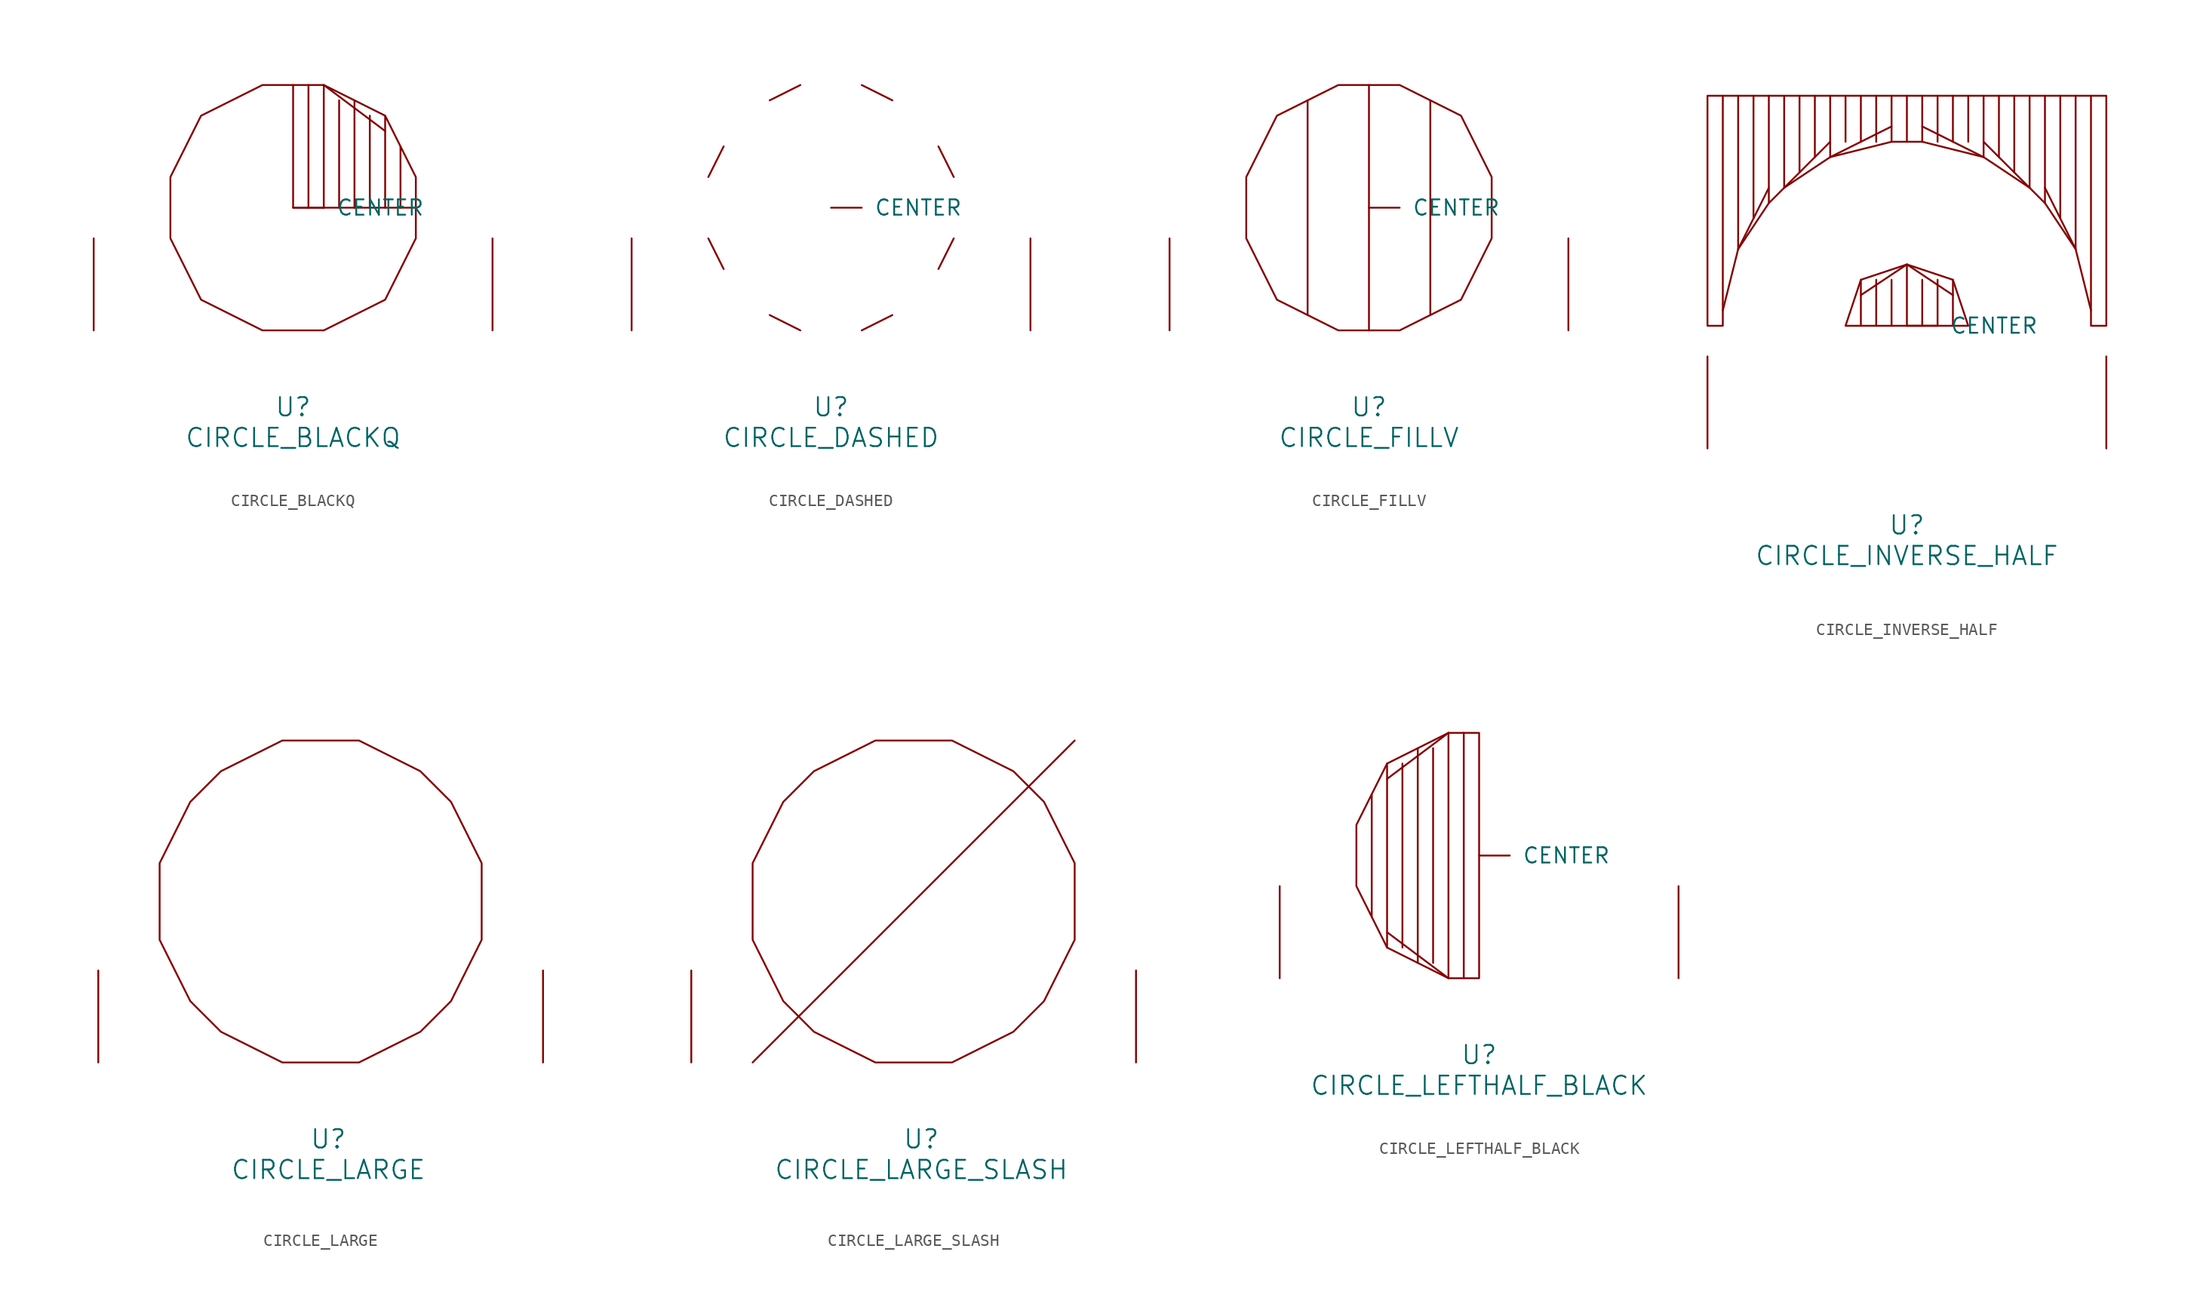
<source format=kicad_sym>
(kicad_symbol_lib
  (version 20220914)
  (generator font_lib2sym)
  (symbol "CIRCLE_BLACKQ"
    (pin_names
      (offset 1.016))
    (property "Reference" "U"
      (at 0 -6.35 0)
      (effects (font (size 1.524 1.524))))
    (property "Value" "CIRCLE_BLACKQ"
      (at 0 -8.89 0)
      (effects (font (size 1.524 1.524))))
    (symbol "CIRCLE_BLACKQ_0_1"
      (polyline (pts (xy 1.27 10.16) (xy 1.27 20.32)) (stroke (width 0) (type solid)) (fill (type none)))
      (polyline (pts (xy 2.54 20.32) (xy 2.54 10.16)) (stroke (width 0) (type solid)) (fill (type none)))
      (polyline (pts (xy 2.54 20.32) (xy 7.62 16.51)) (stroke (width 0) (type solid)) (fill (type none)))
      (polyline (pts (xy 3.81 10.16) (xy 3.81 19.05)) (stroke (width 0) (type solid)) (fill (type none)))
      (polyline (pts (xy 5.08 19.05) (xy 5.08 10.16)) (stroke (width 0) (type solid)) (fill (type none)))
      (polyline (pts (xy 6.35 10.16) (xy 6.35 17.78)) (stroke (width 0) (type solid)) (fill (type none)))
      (polyline (pts (xy 7.62 17.78) (xy 7.62 10.16)) (stroke (width 0) (type solid)) (fill (type none)))
      (polyline (pts (xy 8.89 10.16) (xy 8.89 15.24)) (stroke (width 0) (type solid)) (fill (type none)))
      (polyline (pts (xy 10.16 10.16) (xy 0 10.16) (xy 0 20.32)) (stroke (width 0) (type solid)) (fill (type none)))
      (polyline (pts (xy -2.54 20.32) (xy 2.54 20.32) (xy 7.62 17.78) (xy 10.16 12.7) (xy 10.16 7.62) (xy 7.62 2.54) (xy 2.54 0) (xy -2.54 0) (xy -7.62 2.54) (xy -10.16 7.62) (xy -10.16 12.7) (xy -7.62 17.78) (xy -2.54 20.32)) (stroke (width 0) (type solid)) (fill (type none)))
      (pin input line (at 0 10.16 0) (length 2.54) (name "CENTER" (effects (font (size 1.27 1.27)))) (number "~" (effects (font (size 1.27 1.27)))))
      (pin input line (at -16.51 0 90) (length 7.62) (name "~" (effects (font (size 1.27 1.27)))) (number "~" (effects (font (size 1.27 1.27)))))
      (pin input line (at 16.51 0 90) (length 7.62) (name "~" (effects (font (size 1.27 1.27)))) (number "~" (effects (font (size 1.27 1.27)))))))
  (symbol "CIRCLE_DASHED"
    (pin_names
      (offset 1.016))
    (property "Reference" "U"
      (at 0 -6.35 0)
      (effects (font (size 1.524 1.524))))
    (property "Value" "CIRCLE_DASHED"
      (at 0 -8.89 0)
      (effects (font (size 1.524 1.524))))
    (symbol "CIRCLE_DASHED_0_1"
      (polyline (pts (xy -10.16 12.7) (xy -8.89 15.24)) (stroke (width 0) (type solid)) (fill (type none)))
      (polyline (pts (xy -8.89 5.08) (xy -10.16 7.62)) (stroke (width 0) (type solid)) (fill (type none)))
      (polyline (pts (xy -5.08 19.05) (xy -2.54 20.32)) (stroke (width 0) (type solid)) (fill (type none)))
      (polyline (pts (xy -2.54 0) (xy -5.08 1.27)) (stroke (width 0) (type solid)) (fill (type none)))
      (polyline (pts (xy 2.54 20.32) (xy 5.08 19.05)) (stroke (width 0) (type solid)) (fill (type none)))
      (polyline (pts (xy 5.08 1.27) (xy 2.54 0)) (stroke (width 0) (type solid)) (fill (type none)))
      (polyline (pts (xy 8.89 15.24) (xy 10.16 12.7)) (stroke (width 0) (type solid)) (fill (type none)))
      (polyline (pts (xy 10.16 7.62) (xy 8.89 5.08)) (stroke (width 0) (type solid)) (fill (type none)))
      (pin input line (at 0 10.16 0) (length 2.54) (name "CENTER" (effects (font (size 1.27 1.27)))) (number "~" (effects (font (size 1.27 1.27)))))
      (pin input line (at -16.51 0 90) (length 7.62) (name "~" (effects (font (size 1.27 1.27)))) (number "~" (effects (font (size 1.27 1.27)))))
      (pin input line (at 16.51 0 90) (length 7.62) (name "~" (effects (font (size 1.27 1.27)))) (number "~" (effects (font (size 1.27 1.27)))))))
  (symbol "CIRCLE_FILLV"
    (pin_names
      (offset 1.016))
    (property "Reference" "U"
      (at 0 -6.35 0)
      (effects (font (size 1.524 1.524))))
    (property "Value" "CIRCLE_FILLV"
      (at 0 -8.89 0)
      (effects (font (size 1.524 1.524))))
    (symbol "CIRCLE_FILLV_0_1"
      (polyline (pts (xy -5.08 19.05) (xy -5.08 1.27)) (stroke (width 0) (type solid)) (fill (type none)))
      (polyline (pts (xy 0 20.32) (xy 0 0)) (stroke (width 0) (type solid)) (fill (type none)))
      (polyline (pts (xy 5.08 19.05) (xy 5.08 1.27)) (stroke (width 0) (type solid)) (fill (type none)))
      (polyline (pts (xy -2.54 20.32) (xy 2.54 20.32) (xy 7.62 17.78) (xy 10.16 12.7) (xy 10.16 7.62) (xy 7.62 2.54) (xy 2.54 0) (xy -2.54 0) (xy -7.62 2.54) (xy -10.16 7.62) (xy -10.16 12.7) (xy -7.62 17.78) (xy -2.54 20.32)) (stroke (width 0) (type solid)) (fill (type none)))
      (pin input line (at 0 10.16 0) (length 2.54) (name "CENTER" (effects (font (size 1.27 1.27)))) (number "~" (effects (font (size 1.27 1.27)))))
      (pin input line (at -16.51 0 90) (length 7.62) (name "~" (effects (font (size 1.27 1.27)))) (number "~" (effects (font (size 1.27 1.27)))))
      (pin input line (at 16.51 0 90) (length 7.62) (name "~" (effects (font (size 1.27 1.27)))) (number "~" (effects (font (size 1.27 1.27)))))))
  (symbol "CIRCLE_INVERSE_HALF"
    (pin_names
      (offset 1.016))
    (property "Reference" "U"
      (at 0 -6.35 0)
      (effects (font (size 1.524 1.524))))
    (property "Value" "CIRCLE_INVERSE_HALF"
      (at 0 -8.89 0)
      (effects (font (size 1.524 1.524))))
    (symbol "CIRCLE_INVERSE_HALF_0_1"
      (polyline (pts (xy -15.24 11.43) (xy -15.24 29.21)) (stroke (width 0) (type solid)) (fill (type none)))
      (polyline (pts (xy -13.97 16.51) (xy -11.43 21.59)) (stroke (width 0) (type solid)) (fill (type none)))
      (polyline (pts (xy -13.97 29.21) (xy -13.97 16.51)) (stroke (width 0) (type solid)) (fill (type none)))
      (polyline (pts (xy -12.7 19.05) (xy -12.7 29.21)) (stroke (width 0) (type solid)) (fill (type none)))
      (polyline (pts (xy -11.43 29.21) (xy -11.43 20.32)) (stroke (width 0) (type solid)) (fill (type none)))
      (polyline (pts (xy -10.16 21.59) (xy -10.16 29.21)) (stroke (width 0) (type solid)) (fill (type none)))
      (polyline (pts (xy -10.16 21.59) (xy -6.35 25.4)) (stroke (width 0) (type solid)) (fill (type none)))
      (polyline (pts (xy -8.89 29.21) (xy -8.89 22.86)) (stroke (width 0) (type solid)) (fill (type none)))
      (polyline (pts (xy -7.62 24.13) (xy -7.62 29.21)) (stroke (width 0) (type solid)) (fill (type none)))
      (polyline (pts (xy -6.35 24.13) (xy -1.27 26.67)) (stroke (width 0) (type solid)) (fill (type none)))
      (polyline (pts (xy -6.35 29.21) (xy -6.35 24.13)) (stroke (width 0) (type solid)) (fill (type none)))
      (polyline (pts (xy -5.08 25.4) (xy -5.08 29.21)) (stroke (width 0) (type solid)) (fill (type none)))
      (polyline (pts (xy -3.81 13.97) (xy -3.81 10.16)) (stroke (width 0) (type solid)) (fill (type none)))
      (polyline (pts (xy -3.81 29.21) (xy -3.81 25.4)) (stroke (width 0) (type solid)) (fill (type none)))
      (polyline (pts (xy -2.54 10.16) (xy -2.54 13.97)) (stroke (width 0) (type solid)) (fill (type none)))
      (polyline (pts (xy -2.54 25.4) (xy -2.54 29.21)) (stroke (width 0) (type solid)) (fill (type none)))
      (polyline (pts (xy -1.27 13.97) (xy -1.27 10.16)) (stroke (width 0) (type solid)) (fill (type none)))
      (polyline (pts (xy -1.27 29.21) (xy -1.27 25.4)) (stroke (width 0) (type solid)) (fill (type none)))
      (polyline (pts (xy 0 10.16) (xy 0 15.24)) (stroke (width 0) (type solid)) (fill (type none)))
      (polyline (pts (xy 0 25.4) (xy 0 29.21)) (stroke (width 0) (type solid)) (fill (type none)))
      (polyline (pts (xy 1.27 13.97) (xy 1.27 10.16)) (stroke (width 0) (type solid)) (fill (type none)))
      (polyline (pts (xy 1.27 26.67) (xy 6.35 24.13)) (stroke (width 0) (type solid)) (fill (type none)))
      (polyline (pts (xy 1.27 29.21) (xy 1.27 25.4)) (stroke (width 0) (type solid)) (fill (type none)))
      (polyline (pts (xy 2.54 10.16) (xy 2.54 13.97)) (stroke (width 0) (type solid)) (fill (type none)))
      (polyline (pts (xy 2.54 25.4) (xy 2.54 29.21)) (stroke (width 0) (type solid)) (fill (type none)))
      (polyline (pts (xy 3.81 13.97) (xy 3.81 10.16)) (stroke (width 0) (type solid)) (fill (type none)))
      (polyline (pts (xy 3.81 29.21) (xy 3.81 25.4)) (stroke (width 0) (type solid)) (fill (type none)))
      (polyline (pts (xy 5.08 25.4) (xy 5.08 29.21)) (stroke (width 0) (type solid)) (fill (type none)))
      (polyline (pts (xy 6.35 25.4) (xy 10.16 21.59)) (stroke (width 0) (type solid)) (fill (type none)))
      (polyline (pts (xy 6.35 29.21) (xy 6.35 24.13)) (stroke (width 0) (type solid)) (fill (type none)))
      (polyline (pts (xy 7.62 24.13) (xy 7.62 29.21)) (stroke (width 0) (type solid)) (fill (type none)))
      (polyline (pts (xy 8.89 29.21) (xy 8.89 22.86)) (stroke (width 0) (type solid)) (fill (type none)))
      (polyline (pts (xy 10.16 21.59) (xy 10.16 29.21)) (stroke (width 0) (type solid)) (fill (type none)))
      (polyline (pts (xy 11.43 21.59) (xy 13.97 16.51)) (stroke (width 0) (type solid)) (fill (type none)))
      (polyline (pts (xy 11.43 29.21) (xy 11.43 20.32)) (stroke (width 0) (type solid)) (fill (type none)))
      (polyline (pts (xy 12.7 19.05) (xy 12.7 29.21)) (stroke (width 0) (type solid)) (fill (type none)))
      (polyline (pts (xy 13.97 29.21) (xy 13.97 16.51)) (stroke (width 0) (type solid)) (fill (type none)))
      (polyline (pts (xy 15.24 11.43) (xy 15.24 29.21)) (stroke (width 0) (type solid)) (fill (type none)))
      (polyline (pts (xy -3.81 12.7) (xy 0 15.24) (xy 3.81 12.7)) (stroke (width 0) (type solid)) (fill (type none)))
      (polyline (pts (xy -5.08 10.16) (xy -3.81 13.97) (xy 0 15.24) (xy 3.81 13.97) (xy 5.08 10.16) (xy -5.08 10.16)) (stroke (width 0) (type solid)) (fill (type none)))
      (polyline (pts (xy -15.24 10.16) (xy -15.24 11.43) (xy -13.97 16.51) (xy -11.43 20.32) (xy -10.16 21.59) (xy -6.35 24.13) (xy -1.27 25.4) (xy 1.27 25.4) (xy 6.35 24.13) (xy 10.16 21.59) (xy 11.43 20.32) (xy 13.97 16.51) (xy 15.24 11.43) (xy 15.24 10.16) (xy 16.51 10.16) (xy 16.51 29.21) (xy -16.51 29.21) (xy -16.51 10.16) (xy -15.24 10.16)) (stroke (width 0) (type solid)) (fill (type none)))
      (pin input line (at 0 10.16 0) (length 2.54) (name "CENTER" (effects (font (size 1.27 1.27)))) (number "~" (effects (font (size 1.27 1.27)))))
      (pin input line (at -16.51 0 90) (length 7.62) (name "~" (effects (font (size 1.27 1.27)))) (number "~" (effects (font (size 1.27 1.27)))))
      (pin input line (at 16.51 0 90) (length 7.62) (name "~" (effects (font (size 1.27 1.27)))) (number "~" (effects (font (size 1.27 1.27)))))))
  (symbol "CIRCLE_LARGE"
    (pin_names
      (offset 1.016))
    (property "Reference" "U"
      (at 0 -6.35 0)
      (effects (font (size 1.524 1.524))))
    (property "Value" "CIRCLE_LARGE"
      (at 0 -8.89 0)
      (effects (font (size 1.524 1.524))))
    (symbol "CIRCLE_LARGE_0_1"
      (polyline (pts (xy -3.81 26.67) (xy 2.54 26.67) (xy 7.62 24.13) (xy 10.16 21.59) (xy 12.7 16.51) (xy 12.7 10.16) (xy 10.16 5.08) (xy 7.62 2.54) (xy 2.54 0) (xy -3.81 0) (xy -8.89 2.54) (xy -11.43 5.08) (xy -13.97 10.16) (xy -13.97 16.51) (xy -11.43 21.59) (xy -8.89 24.13) (xy -3.81 26.67)) (stroke (width 0) (type solid)) (fill (type none)))
      (pin input line (at -19.05 0 90) (length 7.62) (name "~" (effects (font (size 1.27 1.27)))) (number "~" (effects (font (size 1.27 1.27)))))
      (pin input line (at 17.78 0 90) (length 7.62) (name "~" (effects (font (size 1.27 1.27)))) (number "~" (effects (font (size 1.27 1.27)))))))
  (symbol "CIRCLE_LARGE_SLASH"
    (pin_names
      (offset 1.016))
    (property "Reference" "U"
      (at 0 -6.35 0)
      (effects (font (size 1.524 1.524))))
    (property "Value" "CIRCLE_LARGE_SLASH"
      (at 0 -8.89 0)
      (effects (font (size 1.524 1.524))))
    (symbol "CIRCLE_LARGE_SLASH_0_1"
      (polyline (pts (xy -13.97 0) (xy 12.7 26.67)) (stroke (width 0) (type solid)) (fill (type none)))
      (polyline (pts (xy -3.81 26.67) (xy 2.54 26.67) (xy 7.62 24.13) (xy 10.16 21.59) (xy 12.7 16.51) (xy 12.7 10.16) (xy 10.16 5.08) (xy 7.62 2.54) (xy 2.54 0) (xy -3.81 0) (xy -8.89 2.54) (xy -11.43 5.08) (xy -13.97 10.16) (xy -13.97 16.51) (xy -11.43 21.59) (xy -8.89 24.13) (xy -3.81 26.67)) (stroke (width 0) (type solid)) (fill (type none)))
      (pin input line (at -19.05 0 90) (length 7.62) (name "~" (effects (font (size 1.27 1.27)))) (number "~" (effects (font (size 1.27 1.27)))))
      (pin input line (at 17.78 0 90) (length 7.62) (name "~" (effects (font (size 1.27 1.27)))) (number "~" (effects (font (size 1.27 1.27)))))))
  (symbol "CIRCLE_LEFTHALF_BLACK"
    (pin_names
      (offset 1.016))
    (property "Reference" "U"
      (at 0 -6.35 0)
      (effects (font (size 1.524 1.524))))
    (property "Value" "CIRCLE_LEFTHALF_BLACK"
      (at 0 -8.89 0)
      (effects (font (size 1.524 1.524))))
    (symbol "CIRCLE_LEFTHALF_BLACK_0_1"
      (polyline (pts (xy -8.89 15.24) (xy -8.89 5.08)) (stroke (width 0) (type solid)) (fill (type none)))
      (polyline (pts (xy -7.62 2.54) (xy -7.62 17.78)) (stroke (width 0) (type solid)) (fill (type none)))
      (polyline (pts (xy -6.35 17.78) (xy -6.35 2.54)) (stroke (width 0) (type solid)) (fill (type none)))
      (polyline (pts (xy -5.08 1.27) (xy -5.08 19.05)) (stroke (width 0) (type solid)) (fill (type none)))
      (polyline (pts (xy -3.81 19.05) (xy -3.81 1.27)) (stroke (width 0) (type solid)) (fill (type none)))
      (polyline (pts (xy -2.54 0) (xy -7.62 3.81)) (stroke (width 0) (type solid)) (fill (type none)))
      (polyline (pts (xy -2.54 0) (xy -2.54 20.32)) (stroke (width 0) (type solid)) (fill (type none)))
      (polyline (pts (xy -2.54 20.32) (xy -7.62 16.51)) (stroke (width 0) (type solid)) (fill (type none)))
      (polyline (pts (xy -1.27 20.32) (xy -1.27 0)) (stroke (width 0) (type solid)) (fill (type none)))
      (polyline (pts (xy 0 0) (xy -2.54 0) (xy -7.62 2.54) (xy -10.16 7.62) (xy -10.16 12.7) (xy -7.62 17.78) (xy -2.54 20.32) (xy 0 20.32) (xy 0 0)) (stroke (width 0) (type solid)) (fill (type none)))
      (pin input line (at 0 10.16 0) (length 2.54) (name "CENTER" (effects (font (size 1.27 1.27)))) (number "~" (effects (font (size 1.27 1.27)))))
      (pin input line (at -16.51 0 90) (length 7.62) (name "~" (effects (font (size 1.27 1.27)))) (number "~" (effects (font (size 1.27 1.27)))))
      (pin input line (at 16.51 0 90) (length 7.62) (name "~" (effects (font (size 1.27 1.27)))) (number "~" (effects (font (size 1.27 1.27))))))))
</source>
